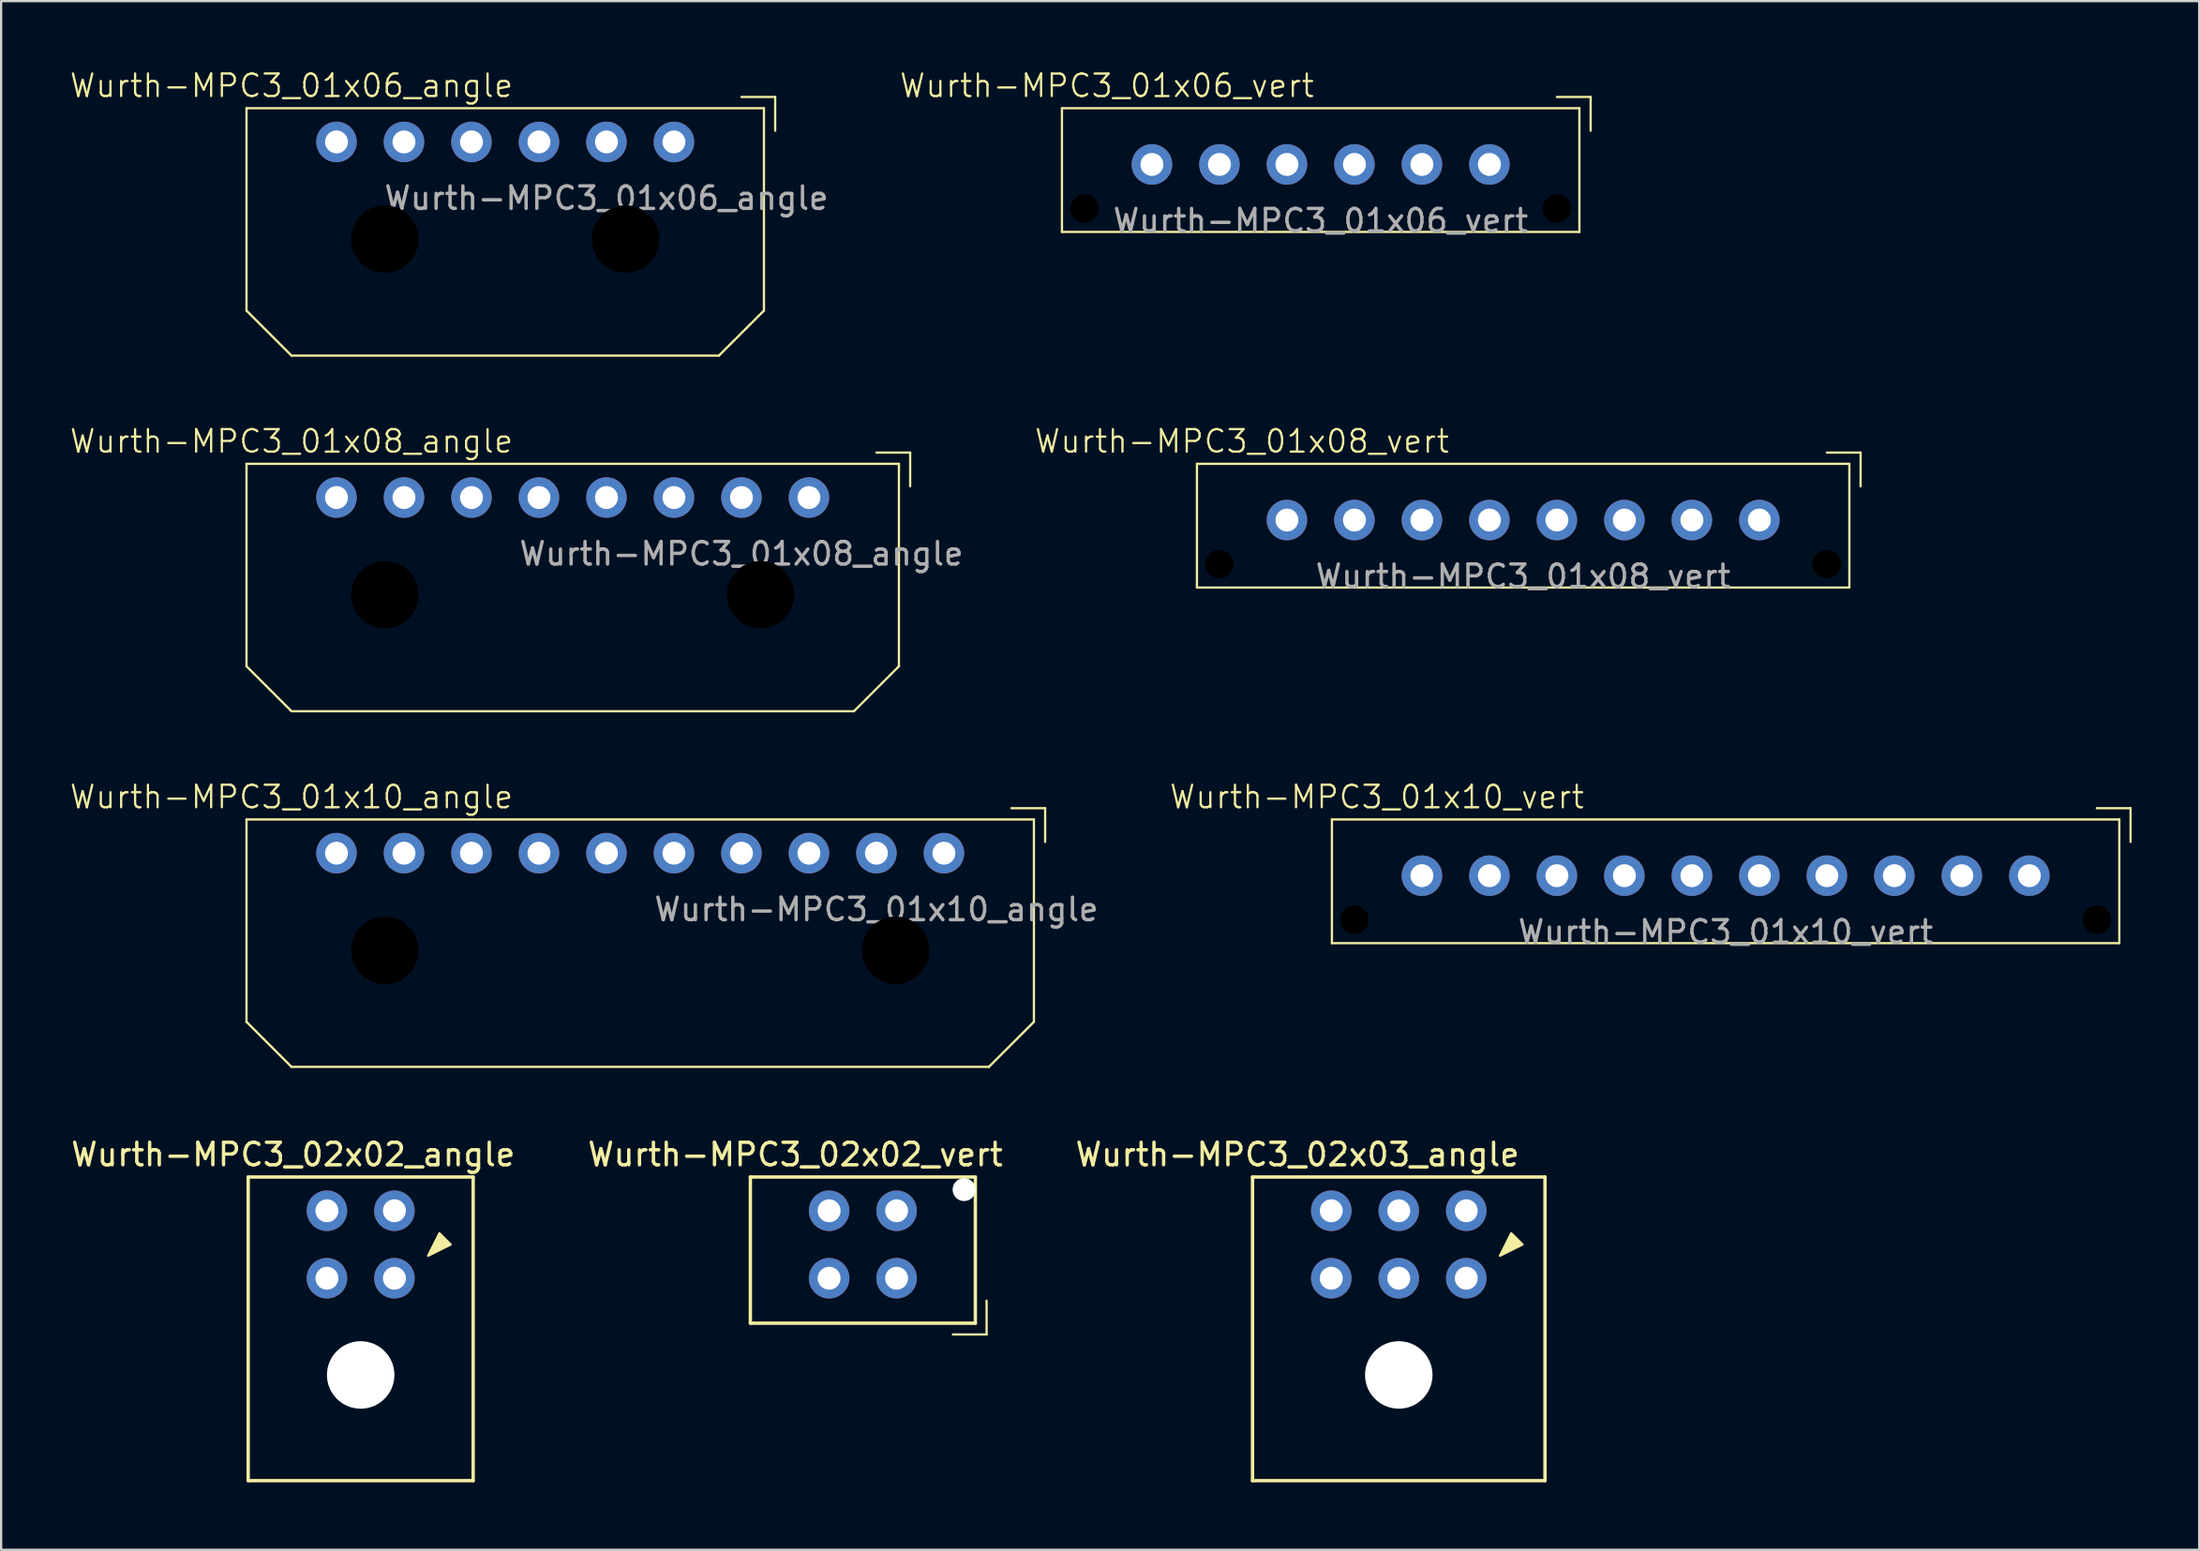
<source format=kicad_pcb>
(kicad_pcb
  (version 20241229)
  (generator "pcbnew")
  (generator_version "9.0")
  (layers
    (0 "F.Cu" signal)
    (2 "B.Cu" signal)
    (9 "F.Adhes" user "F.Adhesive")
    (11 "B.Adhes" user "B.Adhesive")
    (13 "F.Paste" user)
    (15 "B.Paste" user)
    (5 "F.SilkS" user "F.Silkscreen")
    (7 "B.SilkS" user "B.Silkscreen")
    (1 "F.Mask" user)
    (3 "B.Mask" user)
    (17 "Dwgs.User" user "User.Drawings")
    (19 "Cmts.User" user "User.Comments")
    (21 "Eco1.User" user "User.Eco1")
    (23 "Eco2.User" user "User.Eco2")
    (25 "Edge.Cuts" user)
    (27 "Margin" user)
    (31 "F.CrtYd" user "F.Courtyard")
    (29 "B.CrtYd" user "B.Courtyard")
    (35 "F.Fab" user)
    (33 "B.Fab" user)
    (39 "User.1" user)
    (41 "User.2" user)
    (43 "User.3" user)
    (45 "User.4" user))
  (footprint "Wurth-MPC3_01x08_angle"
    (layer "F.Cu")
    (at 32.907 19.071)
    (property "Reference" "Wurth-MPC3_01x08_angle" (at -23 -2.5 0) (unlocked yes) (layer "F.SilkS") (effects (font (size 1 1) (thickness 0.1))))
    (attr smd)
    (fp_line (start -25 -1.5) (end 4 -1.5) (stroke (width 0.1) (type default)) (layer "F.SilkS"))
    (fp_line (start -25 7.5) (end -25 -1.5) (stroke (width 0.1) (type default)) (layer "F.SilkS"))
    (fp_line (start -25 7.5) (end -23 9.5) (stroke (width 0.1) (type default)) (layer "F.SilkS"))
    (fp_line (start 2 9.5) (end -23 9.5) (stroke (width 0.1) (type default)) (layer "F.SilkS"))
    (fp_line (start 2 9.5) (end 4 7.5) (stroke (width 0.1) (type default)) (layer "F.SilkS"))
    (fp_line (start 3 -2) (end 4.5 -2) (stroke (width 0.1) (type default)) (layer "F.SilkS"))
    (fp_line (start 4 -1.5) (end 4 7.5) (stroke (width 0.1) (type default)) (layer "F.SilkS"))
    (fp_line (start 4.5 -2) (end 4.5 -0.5) (stroke (width 0.1) (type default)) (layer "F.SilkS"))
    (fp_text user "${REFERENCE}" (at -3 2.5 0) (unlocked yes) (layer "F.Fab") (effects (font (size 1 1) (thickness 0.15))))
    (pad "" np_thru_hole circle (at -18.85 4.32) (size 3.05 3.05) (drill 3) (layers "*.Mask"))
    (pad "" np_thru_hole circle (at -2.15 4.32) (size 3.05 3.05) (drill 3) (layers "*.Mask"))
    (pad "1" thru_hole circle (at 0 0) (size 1.8 1.8) (drill 1.02) (layers "*.Cu" "*.Mask"))
    (pad "2" thru_hole circle (at -3 0) (size 1.8 1.8) (drill 1.02) (layers "*.Cu" "*.Mask"))
    (pad "3" thru_hole circle (at -6 0) (size 1.8 1.8) (drill 1.02) (layers "*.Cu" "*.Mask"))
    (pad "4" thru_hole circle (at -9 0) (size 1.8 1.8) (drill 1.02) (layers "*.Cu" "*.Mask"))
    (pad "5" thru_hole circle (at -12 0) (size 1.8 1.8) (drill 1.02) (layers "*.Cu" "*.Mask"))
    (pad "6" thru_hole circle (at -15 0) (size 1.8 1.8) (drill 1.02) (layers "*.Cu" "*.Mask"))
    (pad "7" thru_hole circle (at -18 0) (size 1.8 1.8) (drill 1.02) (layers "*.Cu" "*.Mask"))
    (pad "8" thru_hole circle (at -21 0) (size 1.8 1.8) (drill 1.02) (layers "*.Cu" "*.Mask")))
  (footprint "Wurth-MPC3_01x10_angle"
    (layer "F.Cu")
    (at 38.907 34.882)
    (property "Reference" "Wurth-MPC3_01x10_angle" (at -29 -2.5 0) (unlocked yes) (layer "F.SilkS") (effects (font (size 1 1) (thickness 0.1))))
    (attr smd)
    (fp_line (start -31 -1.5) (end 4 -1.5) (stroke (width 0.1) (type default)) (layer "F.SilkS"))
    (fp_line (start -31 7.5) (end -31 -1.5) (stroke (width 0.1) (type default)) (layer "F.SilkS"))
    (fp_line (start -31 7.5) (end -29 9.5) (stroke (width 0.1) (type default)) (layer "F.SilkS"))
    (fp_line (start 2 9.5) (end -29 9.5) (stroke (width 0.1) (type default)) (layer "F.SilkS"))
    (fp_line (start 2 9.5) (end 4 7.5) (stroke (width 0.1) (type default)) (layer "F.SilkS"))
    (fp_line (start 3 -2) (end 4.5 -2) (stroke (width 0.1) (type default)) (layer "F.SilkS"))
    (fp_line (start 4 -1.5) (end 4 7.5) (stroke (width 0.1) (type default)) (layer "F.SilkS"))
    (fp_line (start 4.5 -2) (end 4.5 -0.5) (stroke (width 0.1) (type default)) (layer "F.SilkS"))
    (fp_text user "${REFERENCE}" (at -3 2.5 0) (unlocked yes) (layer "F.Fab") (effects (font (size 1 1) (thickness 0.15))))
    (pad "" np_thru_hole circle (at -24.85 4.32) (size 3.05 3.05) (drill 3) (layers "*.Mask"))
    (pad "" np_thru_hole circle (at -2.15 4.32) (size 3.05 3.05) (drill 3) (layers "*.Mask"))
    (pad "1" thru_hole circle (at 0 0) (size 1.8 1.8) (drill 1.02) (layers "*.Cu" "*.Mask"))
    (pad "2" thru_hole circle (at -3 0) (size 1.8 1.8) (drill 1.02) (layers "*.Cu" "*.Mask"))
    (pad "3" thru_hole circle (at -6 0) (size 1.8 1.8) (drill 1.02) (layers "*.Cu" "*.Mask"))
    (pad "4" thru_hole circle (at -9 0) (size 1.8 1.8) (drill 1.02) (layers "*.Cu" "*.Mask"))
    (pad "5" thru_hole circle (at -12 0) (size 1.8 1.8) (drill 1.02) (layers "*.Cu" "*.Mask"))
    (pad "6" thru_hole circle (at -15 0) (size 1.8 1.8) (drill 1.02) (layers "*.Cu" "*.Mask"))
    (pad "7" thru_hole circle (at -18 0) (size 1.8 1.8) (drill 1.02) (layers "*.Cu" "*.Mask"))
    (pad "8" thru_hole circle (at -21 0) (size 1.8 1.8) (drill 1.02) (layers "*.Cu" "*.Mask"))
    (pad "9" thru_hole circle (at -24 0) (size 1.8 1.8) (drill 1.02) (layers "*.Cu" "*.Mask"))
    (pad "10" thru_hole circle (at -27 0) (size 1.8 1.8) (drill 1.02) (layers "*.Cu" "*.Mask")))
  (footprint "Wurth-MPC3_01x08_vert"
    (layer "F.Cu")
    (at 75.154 20.071)
    (property "Reference" "Wurth-MPC3_01x08_vert" (at -23 -3.5 0) (unlocked yes) (layer "F.SilkS") (effects (font (size 1 1) (thickness 0.1))))
    (attr smd)
    (fp_line (start -25 -2.5) (end 4 -2.5) (stroke (width 0.1) (type default)) (layer "F.SilkS"))
    (fp_line (start -25 3) (end -25 -2.5) (stroke (width 0.1) (type default)) (layer "F.SilkS"))
    (fp_line (start 3 -3) (end 4.5 -3) (stroke (width 0.1) (type default)) (layer "F.SilkS"))
    (fp_line (start 4 -2.5) (end 4 3) (stroke (width 0.1) (type default)) (layer "F.SilkS"))
    (fp_line (start 4 3) (end -25 3) (stroke (width 0.1) (type default)) (layer "F.SilkS"))
    (fp_line (start 4.5 -3) (end 4.5 -1.5) (stroke (width 0.1) (type default)) (layer "F.SilkS"))
    (fp_text user "${REFERENCE}" (at -10.5 2.5 0) (unlocked yes) (layer "F.Fab") (effects (font (size 1 1) (thickness 0.15))))
    (pad "" np_thru_hole circle (at -24 1.96) (size 1.32 1.32) (drill 1.27) (layers "*.Mask"))
    (pad "" np_thru_hole circle (at 3 1.96) (size 1.32 1.32) (drill 1.27) (layers "*.Mask"))
    (pad "1" thru_hole circle (at 0 0) (size 1.8 1.8) (drill 1.02) (layers "*.Cu" "*.Mask"))
    (pad "2" thru_hole circle (at -3 0) (size 1.8 1.8) (drill 1.02) (layers "*.Cu" "*.Mask"))
    (pad "3" thru_hole circle (at -6 0) (size 1.8 1.8) (drill 1.02) (layers "*.Cu" "*.Mask"))
    (pad "4" thru_hole circle (at -9 0) (size 1.8 1.8) (drill 1.02) (layers "*.Cu" "*.Mask"))
    (pad "5" thru_hole circle (at -12 0) (size 1.8 1.8) (drill 1.02) (layers "*.Cu" "*.Mask"))
    (pad "6" thru_hole circle (at -15 0) (size 1.8 1.8) (drill 1.02) (layers "*.Cu" "*.Mask"))
    (pad "7" thru_hole circle (at -18 0) (size 1.8 1.8) (drill 1.02) (layers "*.Cu" "*.Mask"))
    (pad "8" thru_hole circle (at -21 0) (size 1.8 1.8) (drill 1.02) (layers "*.Cu" "*.Mask")))
  (footprint "Wurth-MPC3_02x02_angle"
    (layer "F.Cu")
    (at 14.482 53.78)
    (property "Reference" "Wurth-MPC3_02x02_angle" (at -4.5 -5.5 0) (layer "F.SilkS") (effects (font (size 1 1) (thickness 0.15))))
    (attr through_hole)
    (fp_line (start -6.5 9) (end -6.5 -4.5) (stroke (width 0.15) (type solid)) (layer "F.SilkS"))
    (fp_line (start -6.5 9) (end 3.5 9) (stroke (width 0.15) (type solid)) (layer "F.SilkS"))
    (fp_line (start 3.5 -4.5) (end -6.5 -4.5) (stroke (width 0.15) (type solid)) (layer "F.SilkS"))
    (fp_line (start 3.5 9) (end 3.5 -4.5) (stroke (width 0.15) (type solid)) (layer "F.SilkS"))
    (fp_poly (pts (xy 1.5 -1) (xy 2 -2) (xy 2.5 -1.5)) (stroke (width 0.1) (type solid)) (fill yes) (layer "F.SilkS"))
    (pad "" np_thru_hole circle (at -1.5 4.3) (size 3 3) (drill 3) (layers "*.Cu" "*.Mask"))
    (pad "1" thru_hole circle (at 0 0) (size 1.8 1.8) (drill 1.02) (layers "*.Cu" "*.Mask"))
    (pad "2" thru_hole circle (at -3 0) (size 1.8 1.8) (drill 1.02) (layers "*.Cu" "*.Mask"))
    (pad "3" thru_hole circle (at 0 -3) (size 1.8 1.8) (drill 1.02) (layers "*.Cu" "*.Mask"))
    (pad "4" thru_hole circle (at -3 -3) (size 1.8 1.8) (drill 1.02) (layers "*.Cu" "*.Mask")))
  (footprint "Wurth-MPC3_01x10_vert"
    (layer "F.Cu")
    (at 87.154 35.882)
    (property "Reference" "Wurth-MPC3_01x10_vert" (at -29 -3.5 0) (unlocked yes) (layer "F.SilkS") (effects (font (size 1 1) (thickness 0.1))))
    (attr smd)
    (fp_line (start -31 -2.5) (end 4 -2.5) (stroke (width 0.1) (type default)) (layer "F.SilkS"))
    (fp_line (start -31 3) (end -31 -2.5) (stroke (width 0.1) (type default)) (layer "F.SilkS"))
    (fp_line (start 3 -3) (end 4.5 -3) (stroke (width 0.1) (type default)) (layer "F.SilkS"))
    (fp_line (start 4 -2.5) (end 4 3) (stroke (width 0.1) (type default)) (layer "F.SilkS"))
    (fp_line (start 4 3) (end -31 3) (stroke (width 0.1) (type default)) (layer "F.SilkS"))
    (fp_line (start 4.5 -3) (end 4.5 -1.5) (stroke (width 0.1) (type default)) (layer "F.SilkS"))
    (fp_text user "${REFERENCE}" (at -13.5 2.5 0) (unlocked yes) (layer "F.Fab") (effects (font (size 1 1) (thickness 0.15))))
    (pad "" np_thru_hole circle (at -30 1.96) (size 1.32 1.32) (drill 1.27) (layers "*.Mask"))
    (pad "" np_thru_hole circle (at 3 1.96) (size 1.32 1.32) (drill 1.27) (layers "*.Mask"))
    (pad "1" thru_hole circle (at 0 0) (size 1.8 1.8) (drill 1.02) (layers "*.Cu" "*.Mask"))
    (pad "2" thru_hole circle (at -3 0) (size 1.8 1.8) (drill 1.02) (layers "*.Cu" "*.Mask"))
    (pad "3" thru_hole circle (at -6 0) (size 1.8 1.8) (drill 1.02) (layers "*.Cu" "*.Mask"))
    (pad "4" thru_hole circle (at -9 0) (size 1.8 1.8) (drill 1.02) (layers "*.Cu" "*.Mask"))
    (pad "5" thru_hole circle (at -12 0) (size 1.8 1.8) (drill 1.02) (layers "*.Cu" "*.Mask"))
    (pad "6" thru_hole circle (at -15 0) (size 1.8 1.8) (drill 1.02) (layers "*.Cu" "*.Mask"))
    (pad "7" thru_hole circle (at -18 0) (size 1.8 1.8) (drill 1.02) (layers "*.Cu" "*.Mask"))
    (pad "8" thru_hole circle (at -21 0) (size 1.8 1.8) (drill 1.02) (layers "*.Cu" "*.Mask"))
    (pad "9" thru_hole circle (at -24 0) (size 1.8 1.8) (drill 1.02) (layers "*.Cu" "*.Mask"))
    (pad "10" thru_hole circle (at -27 0) (size 1.8 1.8) (drill 1.02) (layers "*.Cu" "*.Mask")))
  (footprint "Wurth-MPC3_02x03_angle"
    (layer "F.Cu")
    (at 62.125 53.78)
    (property "Reference" "Wurth-MPC3_02x03_angle" (at -7.5 -5.5 0) (layer "F.SilkS") (effects (font (size 1 1) (thickness 0.15))))
    (attr through_hole)
    (fp_line (start -9.5 9) (end -9.5 -4.5) (stroke (width 0.15) (type solid)) (layer "F.SilkS"))
    (fp_line (start -9.5 9) (end 3.5 9) (stroke (width 0.15) (type solid)) (layer "F.SilkS"))
    (fp_line (start 3.5 -4.5) (end -9.5 -4.5) (stroke (width 0.15) (type solid)) (layer "F.SilkS"))
    (fp_line (start 3.5 9) (end 3.5 -4.5) (stroke (width 0.15) (type solid)) (layer "F.SilkS"))
    (fp_poly (pts (xy 1.5 -1) (xy 2 -2) (xy 2.5 -1.5)) (stroke (width 0.1) (type solid)) (fill yes) (layer "F.SilkS"))
    (pad "" np_thru_hole circle (at -3 4.3) (size 3 3) (drill 3) (layers "*.Cu" "*.Mask"))
    (pad "1" thru_hole circle (at 0 0) (size 1.8 1.8) (drill 1.02) (layers "*.Cu" "*.Mask"))
    (pad "2" thru_hole circle (at -3 0) (size 1.8 1.8) (drill 1.02) (layers "*.Cu" "*.Mask"))
    (pad "3" thru_hole circle (at -6 0) (size 1.8 1.8) (drill 1.02) (layers "*.Cu" "*.Mask"))
    (pad "4" thru_hole circle (at 0 -3) (size 1.8 1.8) (drill 1.02) (layers "*.Cu" "*.Mask"))
    (pad "5" thru_hole circle (at -3 -3) (size 1.8 1.8) (drill 1.02) (layers "*.Cu" "*.Mask"))
    (pad "6" thru_hole circle (at -6 -3) (size 1.8 1.8) (drill 1.02) (layers "*.Cu" "*.Mask")))
  (footprint "Wurth-MPC3_02x02_vert"
    (layer "F.Cu")
    (at 36.804 53.78)
    (property "Reference" "Wurth-MPC3_02x02_vert" (at -4.5 -5.5 0) (layer "F.SilkS") (effects (font (size 1 1) (thickness 0.15))))
    (attr through_hole)
    (fp_line (start -6.5 2) (end -6.5 -4.5) (stroke (width 0.15) (type solid)) (layer "F.SilkS"))
    (fp_line (start -6.5 2) (end 3.5 2) (stroke (width 0.15) (type solid)) (layer "F.SilkS"))
    (fp_line (start 2.5 2.5) (end 4 2.5) (stroke (width 0.1) (type default)) (layer "F.SilkS"))
    (fp_line (start 3.5 -4.5) (end -6.5 -4.5) (stroke (width 0.15) (type solid)) (layer "F.SilkS"))
    (fp_line (start 3.5 2) (end 3.5 -4.5) (stroke (width 0.15) (type solid)) (layer "F.SilkS"))
    (fp_line (start 4 2.5) (end 4 1) (stroke (width 0.1) (type default)) (layer "F.SilkS"))
    (pad "" np_thru_hole circle (at 3 -3.94) (size 1.02 1.02) (drill 1.02) (layers "*.Cu" "*.Mask"))
    (pad "1" thru_hole circle (at 0 0) (size 1.8 1.8) (drill 1.02) (layers "*.Cu" "*.Mask"))
    (pad "2" thru_hole circle (at -3 0) (size 1.8 1.8) (drill 1.02) (layers "*.Cu" "*.Mask"))
    (pad "3" thru_hole circle (at 0 -3) (size 1.8 1.8) (drill 1.02) (layers "*.Cu" "*.Mask"))
    (pad "4" thru_hole circle (at -3 -3) (size 1.8 1.8) (drill 1.02) (layers "*.Cu" "*.Mask")))
  (footprint "Wurth-MPC3_01x06_vert"
    (layer "F.Cu")
    (at 63.154 4.261)
    (property "Reference" "Wurth-MPC3_01x06_vert" (at -17 -3.5 0) (unlocked yes) (layer "F.SilkS") (effects (font (size 1 1) (thickness 0.1))))
    (attr smd)
    (fp_line (start -19 -2.5) (end 4 -2.5) (stroke (width 0.1) (type default)) (layer "F.SilkS"))
    (fp_line (start -19 3) (end -19 -2.5) (stroke (width 0.1) (type default)) (layer "F.SilkS"))
    (fp_line (start 3 -3) (end 4.5 -3) (stroke (width 0.1) (type default)) (layer "F.SilkS"))
    (fp_line (start 4 -2.5) (end 4 3) (stroke (width 0.1) (type default)) (layer "F.SilkS"))
    (fp_line (start 4 3) (end -19 3) (stroke (width 0.1) (type default)) (layer "F.SilkS"))
    (fp_line (start 4.5 -3) (end 4.5 -1.5) (stroke (width 0.1) (type default)) (layer "F.SilkS"))
    (fp_text user "${REFERENCE}" (at -7.5 2.5 0) (unlocked yes) (layer "F.Fab") (effects (font (size 1 1) (thickness 0.15))))
    (pad "" np_thru_hole circle (at -18 1.96) (size 1.32 1.32) (drill 1.27) (layers "*.Mask"))
    (pad "" np_thru_hole circle (at 3 1.96) (size 1.32 1.32) (drill 1.27) (layers "*.Mask"))
    (pad "1" thru_hole circle (at 0 0) (size 1.8 1.8) (drill 1.02) (layers "*.Cu" "*.Mask"))
    (pad "2" thru_hole circle (at -3 0) (size 1.8 1.8) (drill 1.02) (layers "*.Cu" "*.Mask"))
    (pad "3" thru_hole circle (at -6 0) (size 1.8 1.8) (drill 1.02) (layers "*.Cu" "*.Mask"))
    (pad "4" thru_hole circle (at -9 0) (size 1.8 1.8) (drill 1.02) (layers "*.Cu" "*.Mask"))
    (pad "5" thru_hole circle (at -12 0) (size 1.8 1.8) (drill 1.02) (layers "*.Cu" "*.Mask"))
    (pad "6" thru_hole circle (at -15 0) (size 1.8 1.8) (drill 1.02) (layers "*.Cu" "*.Mask")))
  (footprint "Wurth-MPC3_01x06_angle"
    (layer "F.Cu")
    (at 26.907 3.26)
    (property "Reference" "Wurth-MPC3_01x06_angle" (at -17 -2.5 0) (unlocked yes) (layer "F.SilkS") (effects (font (size 1 1) (thickness 0.1))))
    (attr smd)
    (fp_line (start -19 -1.5) (end 4 -1.5) (stroke (width 0.1) (type default)) (layer "F.SilkS"))
    (fp_line (start -19 7.5) (end -19 -1.5) (stroke (width 0.1) (type default)) (layer "F.SilkS"))
    (fp_line (start -19 7.5) (end -17 9.5) (stroke (width 0.1) (type default)) (layer "F.SilkS"))
    (fp_line (start 2 9.5) (end -17 9.5) (stroke (width 0.1) (type default)) (layer "F.SilkS"))
    (fp_line (start 2 9.5) (end 4 7.5) (stroke (width 0.1) (type default)) (layer "F.SilkS"))
    (fp_line (start 3 -2) (end 4.5 -2) (stroke (width 0.1) (type default)) (layer "F.SilkS"))
    (fp_line (start 4 -1.5) (end 4 7.5) (stroke (width 0.1) (type default)) (layer "F.SilkS"))
    (fp_line (start 4.5 -2) (end 4.5 -0.5) (stroke (width 0.1) (type default)) (layer "F.SilkS"))
    (fp_text user "${REFERENCE}" (at -3 2.5 0) (unlocked yes) (layer "F.Fab") (effects (font (size 1 1) (thickness 0.15))))
    (pad "" np_thru_hole circle (at -12.85 4.32) (size 3.05 3.05) (drill 3) (layers "*.Mask"))
    (pad "" np_thru_hole circle (at -2.15 4.32) (size 3.05 3.05) (drill 3) (layers "*.Mask"))
    (pad "1" thru_hole circle (at 0 0) (size 1.8 1.8) (drill 1.02) (layers "*.Cu" "*.Mask"))
    (pad "2" thru_hole circle (at -3 0) (size 1.8 1.8) (drill 1.02) (layers "*.Cu" "*.Mask"))
    (pad "3" thru_hole circle (at -6 0) (size 1.8 1.8) (drill 1.02) (layers "*.Cu" "*.Mask"))
    (pad "4" thru_hole circle (at -9 0) (size 1.8 1.8) (drill 1.02) (layers "*.Cu" "*.Mask"))
    (pad "5" thru_hole circle (at -12 0) (size 1.8 1.8) (drill 1.02) (layers "*.Cu" "*.Mask"))
    (pad "6" thru_hole circle (at -15 0) (size 1.8 1.8) (drill 1.02) (layers "*.Cu" "*.Mask")))
  (gr_rect
    (start -3 -3)
    (end 94.704 65.855)
    (stroke (width 0.1) (type default))
    (fill no)
    (layer "Edge.Cuts")))
</source>
